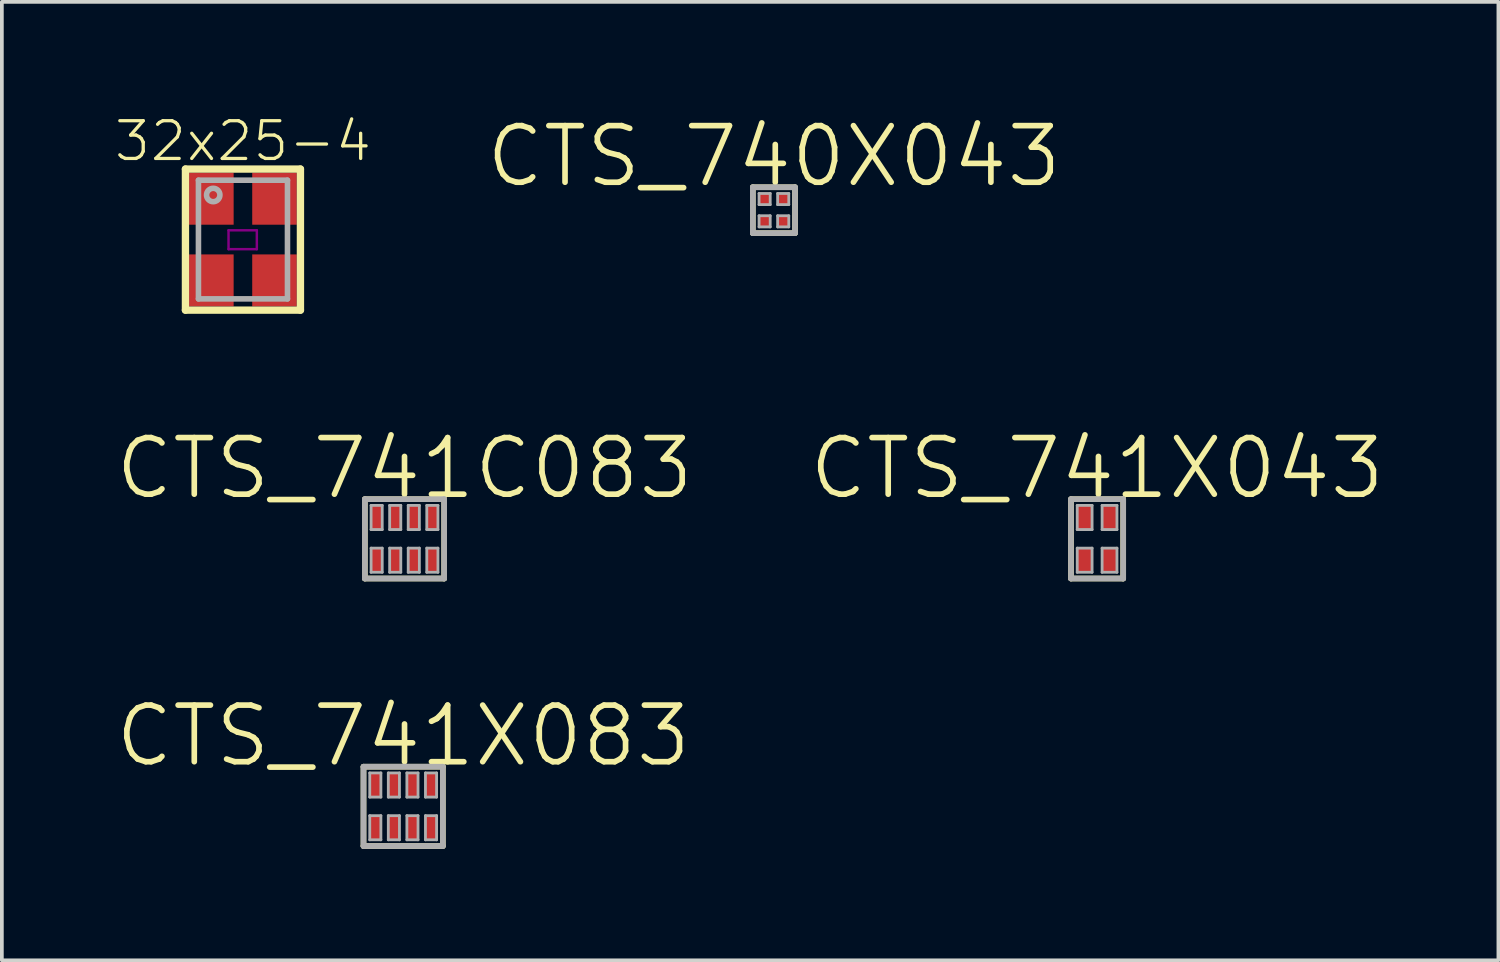
<source format=kicad_pcb>
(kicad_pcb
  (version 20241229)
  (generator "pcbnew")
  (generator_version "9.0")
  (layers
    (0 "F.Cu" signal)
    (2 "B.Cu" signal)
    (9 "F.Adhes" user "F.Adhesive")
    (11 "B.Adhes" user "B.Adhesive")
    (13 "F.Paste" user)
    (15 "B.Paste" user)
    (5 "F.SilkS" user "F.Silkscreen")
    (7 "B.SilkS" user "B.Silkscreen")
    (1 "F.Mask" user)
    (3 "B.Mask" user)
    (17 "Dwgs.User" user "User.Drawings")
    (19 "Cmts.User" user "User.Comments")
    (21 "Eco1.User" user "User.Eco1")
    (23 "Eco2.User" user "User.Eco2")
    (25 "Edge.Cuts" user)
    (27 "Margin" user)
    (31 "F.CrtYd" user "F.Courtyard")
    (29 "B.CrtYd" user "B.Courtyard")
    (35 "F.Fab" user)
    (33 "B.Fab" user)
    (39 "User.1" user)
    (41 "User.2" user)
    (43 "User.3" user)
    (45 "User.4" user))
  (footprint "32x25-4"
    (layer "F.Cu")
    (at 3.491 3.4)
    (property "Reference" "32x25-4" (at 0 -2.65 0) (layer "F.SilkS") (effects (font (size 1.016 1.016) (thickness 0.089))))
    (attr smd)
    (fp_line (start -1.548 -1.898) (end -1.548 1.9) (stroke (width 0.198) (type solid)) (layer "F.SilkS"))
    (fp_line (start -1.548 1.9) (end 1.548 1.9) (stroke (width 0.198) (type solid)) (layer "F.SilkS"))
    (fp_line (start 1.548 -1.898) (end -1.548 -1.898) (stroke (width 0.198) (type solid)) (layer "F.SilkS"))
    (fp_line (start 1.548 1.9) (end 1.548 -1.898) (stroke (width 0.198) (type solid)) (layer "F.SilkS"))
    (fp_line (start -0.388 -0.249) (end 0.374 -0.249) (stroke (width 0.066) (type solid)) (layer "F.Adhes"))
    (fp_line (start -0.388 0.259) (end -0.388 -0.249) (stroke (width 0.066) (type solid)) (layer "F.Adhes"))
    (fp_line (start -0.388 0.259) (end 0.374 0.259) (stroke (width 0.066) (type solid)) (layer "F.Adhes"))
    (fp_line (start 0.374 0.259) (end 0.374 -0.249) (stroke (width 0.066) (type solid)) (layer "F.Adhes"))
    (fp_line (start -1.198 -1.598) (end 1.199 -1.598) (stroke (width 0.15) (type solid)) (layer "F.Fab"))
    (fp_line (start -1.198 1.597) (end -1.198 -1.598) (stroke (width 0.15) (type solid)) (layer "F.Fab"))
    (fp_line (start 1.199 -1.598) (end 1.199 1.597) (stroke (width 0.15) (type solid)) (layer "F.Fab"))
    (fp_line (start 1.199 1.597) (end -1.198 1.597) (stroke (width 0.15) (type solid)) (layer "F.Fab"))
    (fp_circle (center -0.8 -1.2) (end -0.65 -1.1) (stroke (width 0.15) (type solid)) (fill no) (layer "F.Fab"))
    (pad "1" smd rect (at -0.85 -1.1) (size 1.199 1.4) (layers "F.Cu" "F.Mask" "F.Paste"))
    (pad "2" smd rect (at -0.85 1.1) (size 1.199 1.4) (layers "F.Cu" "F.Mask" "F.Paste"))
    (pad "3" smd rect (at 0.849 1.1) (size 1.199 1.4) (layers "F.Cu" "F.Mask" "F.Paste"))
    (pad "4" smd rect (at 0.849 -1.1) (size 1.199 1.4) (layers "F.Cu" "F.Mask" "F.Paste")))
  (footprint "CTS_741X083"
    (layer "F.Cu")
    (at 7.805 18.661)
    (property "Reference" "CTS_741X083" (at 0 -1.9 0) (layer "F.SilkS") (effects (font (size 1.524 1.524) (thickness 0.152))))
    (attr smd)
    (fp_line (start -1.068 -1.068) (end -1.068 1.068) (stroke (width 0.152) (type solid)) (layer "F.SilkS"))
    (fp_line (start -1.068 -1.068) (end 1.068 -1.068) (stroke (width 0.152) (type solid)) (layer "F.SilkS"))
    (fp_line (start 1.068 1.068) (end -1.068 1.068) (stroke (width 0.152) (type solid)) (layer "F.SilkS"))
    (fp_line (start 1.068 1.068) (end 1.068 -1.068) (stroke (width 0.152) (type solid)) (layer "F.SilkS"))
    (fp_line (start -1.068 -1.068) (end -1.068 1.068) (stroke (width 0.152) (type solid)) (layer "F.Fab"))
    (fp_line (start -1.068 -1.068) (end 1.068 -1.068) (stroke (width 0.152) (type solid)) (layer "F.Fab"))
    (fp_line (start -0.9 -0.9) (end -0.6 -0.9) (stroke (width 0.076) (type solid)) (layer "F.Fab"))
    (fp_line (start -0.9 -0.25) (end -0.9 -0.9) (stroke (width 0.076) (type solid)) (layer "F.Fab"))
    (fp_line (start -0.9 -0.25) (end -0.6 -0.25) (stroke (width 0.076) (type solid)) (layer "F.Fab"))
    (fp_line (start -0.9 0.25) (end -0.6 0.25) (stroke (width 0.076) (type solid)) (layer "F.Fab"))
    (fp_line (start -0.9 0.9) (end -0.9 0.25) (stroke (width 0.076) (type solid)) (layer "F.Fab"))
    (fp_line (start -0.9 0.9) (end -0.6 0.9) (stroke (width 0.076) (type solid)) (layer "F.Fab"))
    (fp_line (start -0.6 -0.25) (end -0.6 -0.9) (stroke (width 0.076) (type solid)) (layer "F.Fab"))
    (fp_line (start -0.6 0.9) (end -0.6 0.25) (stroke (width 0.076) (type solid)) (layer "F.Fab"))
    (fp_line (start -0.4 -0.9) (end -0.1 -0.9) (stroke (width 0.076) (type solid)) (layer "F.Fab"))
    (fp_line (start -0.4 -0.25) (end -0.4 -0.9) (stroke (width 0.076) (type solid)) (layer "F.Fab"))
    (fp_line (start -0.4 -0.25) (end -0.1 -0.25) (stroke (width 0.076) (type solid)) (layer "F.Fab"))
    (fp_line (start -0.4 0.25) (end -0.1 0.25) (stroke (width 0.076) (type solid)) (layer "F.Fab"))
    (fp_line (start -0.4 0.9) (end -0.4 0.25) (stroke (width 0.076) (type solid)) (layer "F.Fab"))
    (fp_line (start -0.4 0.9) (end -0.1 0.9) (stroke (width 0.076) (type solid)) (layer "F.Fab"))
    (fp_line (start -0.1 -0.25) (end -0.1 -0.9) (stroke (width 0.076) (type solid)) (layer "F.Fab"))
    (fp_line (start -0.1 0.9) (end -0.1 0.25) (stroke (width 0.076) (type solid)) (layer "F.Fab"))
    (fp_line (start 0.1 -0.9) (end 0.4 -0.9) (stroke (width 0.076) (type solid)) (layer "F.Fab"))
    (fp_line (start 0.1 -0.25) (end 0.1 -0.9) (stroke (width 0.076) (type solid)) (layer "F.Fab"))
    (fp_line (start 0.1 -0.25) (end 0.4 -0.25) (stroke (width 0.076) (type solid)) (layer "F.Fab"))
    (fp_line (start 0.1 0.25) (end 0.4 0.25) (stroke (width 0.076) (type solid)) (layer "F.Fab"))
    (fp_line (start 0.1 0.9) (end 0.1 0.25) (stroke (width 0.076) (type solid)) (layer "F.Fab"))
    (fp_line (start 0.1 0.9) (end 0.4 0.9) (stroke (width 0.076) (type solid)) (layer "F.Fab"))
    (fp_line (start 0.4 -0.25) (end 0.4 -0.9) (stroke (width 0.076) (type solid)) (layer "F.Fab"))
    (fp_line (start 0.4 0.9) (end 0.4 0.25) (stroke (width 0.076) (type solid)) (layer "F.Fab"))
    (fp_line (start 0.6 -0.9) (end 0.9 -0.9) (stroke (width 0.076) (type solid)) (layer "F.Fab"))
    (fp_line (start 0.6 -0.25) (end 0.6 -0.9) (stroke (width 0.076) (type solid)) (layer "F.Fab"))
    (fp_line (start 0.6 -0.25) (end 0.9 -0.25) (stroke (width 0.076) (type solid)) (layer "F.Fab"))
    (fp_line (start 0.6 0.25) (end 0.9 0.25) (stroke (width 0.076) (type solid)) (layer "F.Fab"))
    (fp_line (start 0.6 0.9) (end 0.6 0.25) (stroke (width 0.076) (type solid)) (layer "F.Fab"))
    (fp_line (start 0.6 0.9) (end 0.9 0.9) (stroke (width 0.076) (type solid)) (layer "F.Fab"))
    (fp_line (start 0.9 -0.25) (end 0.9 -0.9) (stroke (width 0.076) (type solid)) (layer "F.Fab"))
    (fp_line (start 0.9 0.9) (end 0.9 0.25) (stroke (width 0.076) (type solid)) (layer "F.Fab"))
    (fp_line (start 1.068 1.068) (end -1.068 1.068) (stroke (width 0.152) (type solid)) (layer "F.Fab"))
    (fp_line (start 1.068 1.068) (end 1.068 -1.068) (stroke (width 0.152) (type solid)) (layer "F.Fab"))
    (pad "1" smd rect (at -0.75 0.575) (size 0.3 0.65) (layers "F.Cu" "F.Mask" "F.Paste"))
    (pad "2" smd rect (at -0.25 0.575) (size 0.3 0.65) (layers "F.Cu" "F.Mask" "F.Paste"))
    (pad "3" smd rect (at 0.25 0.575) (size 0.3 0.65) (layers "F.Cu" "F.Mask" "F.Paste"))
    (pad "4" smd rect (at 0.75 0.575) (size 0.3 0.65) (layers "F.Cu" "F.Mask" "F.Paste"))
    (pad "5" smd rect (at 0.75 -0.575) (size 0.3 0.65) (layers "F.Cu" "F.Mask" "F.Paste"))
    (pad "6" smd rect (at 0.25 -0.575) (size 0.3 0.65) (layers "F.Cu" "F.Mask" "F.Paste"))
    (pad "7" smd rect (at -0.25 -0.575) (size 0.3 0.65) (layers "F.Cu" "F.Mask" "F.Paste"))
    (pad "8" smd rect (at -0.75 -0.575) (size 0.3 0.65) (layers "F.Cu" "F.Mask" "F.Paste")))
  (footprint "CTS_741C083"
    (layer "F.Cu")
    (at 7.841 11.458)
    (property "Reference" "CTS_741C083" (at 0 -1.9 0) (layer "F.SilkS") (effects (font (size 1.524 1.524) (thickness 0.152))))
    (attr smd)
    (fp_line (start -1.068 -1.068) (end -1.068 1.068) (stroke (width 0.152) (type solid)) (layer "F.SilkS"))
    (fp_line (start -1.068 -1.068) (end 1.068 -1.068) (stroke (width 0.152) (type solid)) (layer "F.SilkS"))
    (fp_line (start 1.068 1.068) (end -1.068 1.068) (stroke (width 0.152) (type solid)) (layer "F.SilkS"))
    (fp_line (start 1.068 1.068) (end 1.068 -1.068) (stroke (width 0.152) (type solid)) (layer "F.SilkS"))
    (fp_line (start -1.068 -1.068) (end -1.068 1.068) (stroke (width 0.152) (type solid)) (layer "F.Fab"))
    (fp_line (start -1.068 -1.068) (end 1.068 -1.068) (stroke (width 0.152) (type solid)) (layer "F.Fab"))
    (fp_line (start -0.9 -0.9) (end -0.6 -0.9) (stroke (width 0.076) (type solid)) (layer "F.Fab"))
    (fp_line (start -0.9 -0.25) (end -0.9 -0.9) (stroke (width 0.076) (type solid)) (layer "F.Fab"))
    (fp_line (start -0.9 -0.25) (end -0.6 -0.25) (stroke (width 0.076) (type solid)) (layer "F.Fab"))
    (fp_line (start -0.9 0.25) (end -0.6 0.25) (stroke (width 0.076) (type solid)) (layer "F.Fab"))
    (fp_line (start -0.9 0.9) (end -0.9 0.25) (stroke (width 0.076) (type solid)) (layer "F.Fab"))
    (fp_line (start -0.9 0.9) (end -0.6 0.9) (stroke (width 0.076) (type solid)) (layer "F.Fab"))
    (fp_line (start -0.6 -0.25) (end -0.6 -0.9) (stroke (width 0.076) (type solid)) (layer "F.Fab"))
    (fp_line (start -0.6 0.9) (end -0.6 0.25) (stroke (width 0.076) (type solid)) (layer "F.Fab"))
    (fp_line (start -0.4 -0.9) (end -0.1 -0.9) (stroke (width 0.076) (type solid)) (layer "F.Fab"))
    (fp_line (start -0.4 -0.25) (end -0.4 -0.9) (stroke (width 0.076) (type solid)) (layer "F.Fab"))
    (fp_line (start -0.4 -0.25) (end -0.1 -0.25) (stroke (width 0.076) (type solid)) (layer "F.Fab"))
    (fp_line (start -0.4 0.25) (end -0.1 0.25) (stroke (width 0.076) (type solid)) (layer "F.Fab"))
    (fp_line (start -0.4 0.9) (end -0.4 0.25) (stroke (width 0.076) (type solid)) (layer "F.Fab"))
    (fp_line (start -0.4 0.9) (end -0.1 0.9) (stroke (width 0.076) (type solid)) (layer "F.Fab"))
    (fp_line (start -0.1 -0.25) (end -0.1 -0.9) (stroke (width 0.076) (type solid)) (layer "F.Fab"))
    (fp_line (start -0.1 0.9) (end -0.1 0.25) (stroke (width 0.076) (type solid)) (layer "F.Fab"))
    (fp_line (start 0.1 -0.9) (end 0.4 -0.9) (stroke (width 0.076) (type solid)) (layer "F.Fab"))
    (fp_line (start 0.1 -0.25) (end 0.1 -0.9) (stroke (width 0.076) (type solid)) (layer "F.Fab"))
    (fp_line (start 0.1 -0.25) (end 0.4 -0.25) (stroke (width 0.076) (type solid)) (layer "F.Fab"))
    (fp_line (start 0.1 0.25) (end 0.4 0.25) (stroke (width 0.076) (type solid)) (layer "F.Fab"))
    (fp_line (start 0.1 0.9) (end 0.1 0.25) (stroke (width 0.076) (type solid)) (layer "F.Fab"))
    (fp_line (start 0.1 0.9) (end 0.4 0.9) (stroke (width 0.076) (type solid)) (layer "F.Fab"))
    (fp_line (start 0.4 -0.25) (end 0.4 -0.9) (stroke (width 0.076) (type solid)) (layer "F.Fab"))
    (fp_line (start 0.4 0.9) (end 0.4 0.25) (stroke (width 0.076) (type solid)) (layer "F.Fab"))
    (fp_line (start 0.6 -0.9) (end 0.9 -0.9) (stroke (width 0.076) (type solid)) (layer "F.Fab"))
    (fp_line (start 0.6 -0.25) (end 0.6 -0.9) (stroke (width 0.076) (type solid)) (layer "F.Fab"))
    (fp_line (start 0.6 -0.25) (end 0.9 -0.25) (stroke (width 0.076) (type solid)) (layer "F.Fab"))
    (fp_line (start 0.6 0.25) (end 0.9 0.25) (stroke (width 0.076) (type solid)) (layer "F.Fab"))
    (fp_line (start 0.6 0.9) (end 0.6 0.25) (stroke (width 0.076) (type solid)) (layer "F.Fab"))
    (fp_line (start 0.6 0.9) (end 0.9 0.9) (stroke (width 0.076) (type solid)) (layer "F.Fab"))
    (fp_line (start 0.9 -0.25) (end 0.9 -0.9) (stroke (width 0.076) (type solid)) (layer "F.Fab"))
    (fp_line (start 0.9 0.9) (end 0.9 0.25) (stroke (width 0.076) (type solid)) (layer "F.Fab"))
    (fp_line (start 1.068 1.068) (end -1.068 1.068) (stroke (width 0.152) (type solid)) (layer "F.Fab"))
    (fp_line (start 1.068 1.068) (end 1.068 -1.068) (stroke (width 0.152) (type solid)) (layer "F.Fab"))
    (pad "1" smd rect (at -0.75 0.575) (size 0.3 0.65) (layers "F.Cu" "F.Mask" "F.Paste"))
    (pad "2" smd rect (at -0.25 0.575) (size 0.3 0.65) (layers "F.Cu" "F.Mask" "F.Paste"))
    (pad "3" smd rect (at 0.25 0.575) (size 0.3 0.65) (layers "F.Cu" "F.Mask" "F.Paste"))
    (pad "4" smd rect (at 0.75 0.575) (size 0.3 0.65) (layers "F.Cu" "F.Mask" "F.Paste"))
    (pad "5" smd rect (at 0.75 -0.575) (size 0.3 0.65) (layers "F.Cu" "F.Mask" "F.Paste"))
    (pad "6" smd rect (at 0.25 -0.575) (size 0.3 0.65) (layers "F.Cu" "F.Mask" "F.Paste"))
    (pad "7" smd rect (at -0.25 -0.575) (size 0.3 0.65) (layers "F.Cu" "F.Mask" "F.Paste"))
    (pad "8" smd rect (at -0.75 -0.575) (size 0.3 0.65) (layers "F.Cu" "F.Mask" "F.Paste")))
  (footprint "CTS_740X043"
    (layer "F.Cu")
    (at 17.787 2.609)
    (property "Reference" "CTS_740X043" (at 0 -1.45 0) (layer "F.SilkS") (effects (font (size 1.524 1.524) (thickness 0.152))))
    (attr smd)
    (fp_line (start -0.568 -0.618) (end -0.568 0.618) (stroke (width 0.152) (type solid)) (layer "F.SilkS"))
    (fp_line (start -0.568 -0.618) (end 0.568 -0.618) (stroke (width 0.152) (type solid)) (layer "F.SilkS"))
    (fp_line (start 0.568 0.618) (end -0.568 0.618) (stroke (width 0.152) (type solid)) (layer "F.SilkS"))
    (fp_line (start 0.568 0.618) (end 0.568 -0.618) (stroke (width 0.152) (type solid)) (layer "F.SilkS"))
    (fp_line (start -0.568 -0.618) (end -0.568 0.618) (stroke (width 0.152) (type solid)) (layer "F.Fab"))
    (fp_line (start -0.568 -0.618) (end 0.568 -0.618) (stroke (width 0.152) (type solid)) (layer "F.Fab"))
    (fp_line (start -0.4 -0.45) (end -0.1 -0.45) (stroke (width 0.076) (type solid)) (layer "F.Fab"))
    (fp_line (start -0.4 -0.15) (end -0.4 -0.45) (stroke (width 0.076) (type solid)) (layer "F.Fab"))
    (fp_line (start -0.4 -0.15) (end -0.1 -0.15) (stroke (width 0.076) (type solid)) (layer "F.Fab"))
    (fp_line (start -0.4 0.15) (end -0.1 0.15) (stroke (width 0.076) (type solid)) (layer "F.Fab"))
    (fp_line (start -0.4 0.45) (end -0.4 0.15) (stroke (width 0.076) (type solid)) (layer "F.Fab"))
    (fp_line (start -0.4 0.45) (end -0.1 0.45) (stroke (width 0.076) (type solid)) (layer "F.Fab"))
    (fp_line (start -0.1 -0.15) (end -0.1 -0.45) (stroke (width 0.076) (type solid)) (layer "F.Fab"))
    (fp_line (start -0.1 0.45) (end -0.1 0.15) (stroke (width 0.076) (type solid)) (layer "F.Fab"))
    (fp_line (start 0.1 -0.45) (end 0.4 -0.45) (stroke (width 0.076) (type solid)) (layer "F.Fab"))
    (fp_line (start 0.1 -0.15) (end 0.1 -0.45) (stroke (width 0.076) (type solid)) (layer "F.Fab"))
    (fp_line (start 0.1 -0.15) (end 0.4 -0.15) (stroke (width 0.076) (type solid)) (layer "F.Fab"))
    (fp_line (start 0.1 0.15) (end 0.4 0.15) (stroke (width 0.076) (type solid)) (layer "F.Fab"))
    (fp_line (start 0.1 0.45) (end 0.1 0.15) (stroke (width 0.076) (type solid)) (layer "F.Fab"))
    (fp_line (start 0.1 0.45) (end 0.4 0.45) (stroke (width 0.076) (type solid)) (layer "F.Fab"))
    (fp_line (start 0.4 -0.15) (end 0.4 -0.45) (stroke (width 0.076) (type solid)) (layer "F.Fab"))
    (fp_line (start 0.4 0.45) (end 0.4 0.15) (stroke (width 0.076) (type solid)) (layer "F.Fab"))
    (fp_line (start 0.568 0.618) (end -0.568 0.618) (stroke (width 0.152) (type solid)) (layer "F.Fab"))
    (fp_line (start 0.568 0.618) (end 0.568 -0.618) (stroke (width 0.152) (type solid)) (layer "F.Fab"))
    (pad "1" smd rect (at -0.25 0.3) (size 0.3 0.3) (layers "F.Cu" "F.Mask" "F.Paste"))
    (pad "2" smd rect (at 0.25 0.3) (size 0.3 0.3) (layers "F.Cu" "F.Mask" "F.Paste"))
    (pad "3" smd rect (at 0.25 -0.3) (size 0.3 0.3) (layers "F.Cu" "F.Mask" "F.Paste"))
    (pad "4" smd rect (at -0.25 -0.3) (size 0.3 0.3) (layers "F.Cu" "F.Mask" "F.Paste")))
  (footprint "CTS_741X043"
    (layer "F.Cu")
    (at 26.488 11.458)
    (property "Reference" "CTS_741X043" (at 0 -1.9 0) (layer "F.SilkS") (effects (font (size 1.524 1.524) (thickness 0.152))))
    (attr smd)
    (fp_line (start -0.703 -1.068) (end -0.703 1.068) (stroke (width 0.152) (type solid)) (layer "F.SilkS"))
    (fp_line (start -0.703 -1.068) (end 0.703 -1.068) (stroke (width 0.152) (type solid)) (layer "F.SilkS"))
    (fp_line (start 0.703 1.068) (end -0.703 1.068) (stroke (width 0.152) (type solid)) (layer "F.SilkS"))
    (fp_line (start 0.703 1.068) (end 0.703 -1.068) (stroke (width 0.152) (type solid)) (layer "F.SilkS"))
    (fp_line (start -0.703 -1.068) (end -0.703 1.068) (stroke (width 0.152) (type solid)) (layer "F.Fab"))
    (fp_line (start -0.703 -1.068) (end 0.703 -1.068) (stroke (width 0.152) (type solid)) (layer "F.Fab"))
    (fp_line (start -0.535 -0.9) (end -0.135 -0.9) (stroke (width 0.076) (type solid)) (layer "F.Fab"))
    (fp_line (start -0.535 -0.25) (end -0.535 -0.9) (stroke (width 0.076) (type solid)) (layer "F.Fab"))
    (fp_line (start -0.535 -0.25) (end -0.135 -0.25) (stroke (width 0.076) (type solid)) (layer "F.Fab"))
    (fp_line (start -0.535 0.25) (end -0.135 0.25) (stroke (width 0.076) (type solid)) (layer "F.Fab"))
    (fp_line (start -0.535 0.9) (end -0.535 0.25) (stroke (width 0.076) (type solid)) (layer "F.Fab"))
    (fp_line (start -0.535 0.9) (end -0.135 0.9) (stroke (width 0.076) (type solid)) (layer "F.Fab"))
    (fp_line (start -0.135 -0.25) (end -0.135 -0.9) (stroke (width 0.076) (type solid)) (layer "F.Fab"))
    (fp_line (start -0.135 0.9) (end -0.135 0.25) (stroke (width 0.076) (type solid)) (layer "F.Fab"))
    (fp_line (start 0.135 -0.9) (end 0.535 -0.9) (stroke (width 0.076) (type solid)) (layer "F.Fab"))
    (fp_line (start 0.135 -0.25) (end 0.135 -0.9) (stroke (width 0.076) (type solid)) (layer "F.Fab"))
    (fp_line (start 0.135 -0.25) (end 0.535 -0.25) (stroke (width 0.076) (type solid)) (layer "F.Fab"))
    (fp_line (start 0.135 0.25) (end 0.535 0.25) (stroke (width 0.076) (type solid)) (layer "F.Fab"))
    (fp_line (start 0.135 0.9) (end 0.135 0.25) (stroke (width 0.076) (type solid)) (layer "F.Fab"))
    (fp_line (start 0.135 0.9) (end 0.535 0.9) (stroke (width 0.076) (type solid)) (layer "F.Fab"))
    (fp_line (start 0.535 -0.25) (end 0.535 -0.9) (stroke (width 0.076) (type solid)) (layer "F.Fab"))
    (fp_line (start 0.535 0.9) (end 0.535 0.25) (stroke (width 0.076) (type solid)) (layer "F.Fab"))
    (fp_line (start 0.703 1.068) (end -0.703 1.068) (stroke (width 0.152) (type solid)) (layer "F.Fab"))
    (fp_line (start 0.703 1.068) (end 0.703 -1.068) (stroke (width 0.152) (type solid)) (layer "F.Fab"))
    (pad "1" smd rect (at -0.335 0.575) (size 0.4 0.65) (layers "F.Cu" "F.Mask" "F.Paste"))
    (pad "2" smd rect (at 0.335 0.575) (size 0.4 0.65) (layers "F.Cu" "F.Mask" "F.Paste"))
    (pad "3" smd rect (at 0.335 -0.575) (size 0.4 0.65) (layers "F.Cu" "F.Mask" "F.Paste"))
    (pad "4" smd rect (at -0.335 -0.575) (size 0.4 0.65) (layers "F.Cu" "F.Mask" "F.Paste")))
  (gr_rect
    (start -3 -3)
    (end 37.293 22.805)
    (stroke (width 0.1) (type default))
    (fill no)
    (layer "Edge.Cuts")))
</source>
